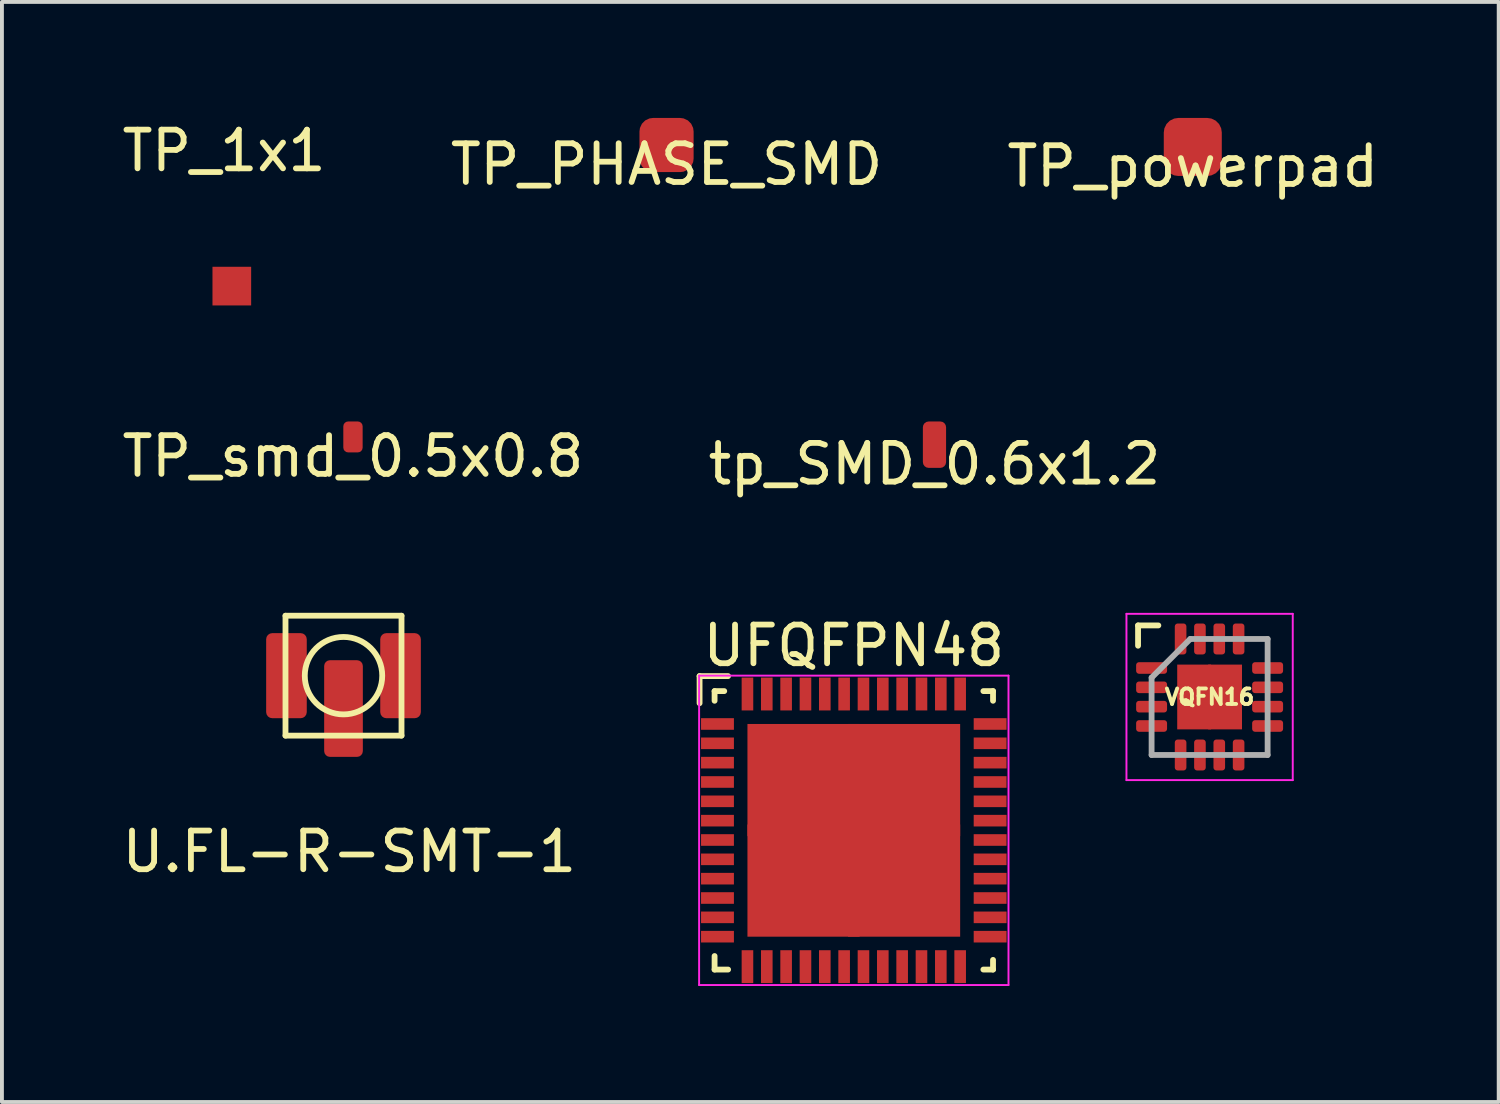
<source format=kicad_pcb>
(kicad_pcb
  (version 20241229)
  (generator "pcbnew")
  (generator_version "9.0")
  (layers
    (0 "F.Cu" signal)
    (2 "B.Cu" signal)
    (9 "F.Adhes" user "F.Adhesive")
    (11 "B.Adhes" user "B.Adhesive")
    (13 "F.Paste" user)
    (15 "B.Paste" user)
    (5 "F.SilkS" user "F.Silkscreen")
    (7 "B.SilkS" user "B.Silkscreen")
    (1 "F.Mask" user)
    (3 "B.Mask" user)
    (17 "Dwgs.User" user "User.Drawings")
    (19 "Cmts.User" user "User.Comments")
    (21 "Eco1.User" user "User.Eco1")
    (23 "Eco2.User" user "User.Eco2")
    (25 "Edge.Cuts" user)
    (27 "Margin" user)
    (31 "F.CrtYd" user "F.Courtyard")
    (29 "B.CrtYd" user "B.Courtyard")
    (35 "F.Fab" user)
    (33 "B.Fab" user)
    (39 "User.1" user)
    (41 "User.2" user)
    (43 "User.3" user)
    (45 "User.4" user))
  (footprint "VQFN16"
    (layer "F.Cu")
    (at 28.227 14.972)
    (property "Reference" "VQFN16" (at 0 0 0) (layer "F.SilkS") (effects (font (size 0.4 0.4) (thickness 0.1))))
    (attr smd)
    (fp_line (start -1.85 -1.85) (end -1.85 -1.325) (stroke (width 0.15) (type solid)) (layer "F.SilkS"))
    (fp_line (start -1.85 -1.85) (end -1.325 -1.85) (stroke (width 0.15) (type solid)) (layer "F.SilkS"))
    (fp_line (start -2.15 -2.15) (end -2.15 2.15) (stroke (width 0.05) (type solid)) (layer "F.CrtYd"))
    (fp_line (start -2.15 -2.15) (end 2.15 -2.15) (stroke (width 0.05) (type solid)) (layer "F.CrtYd"))
    (fp_line (start -2.15 2.15) (end 2.15 2.15) (stroke (width 0.05) (type solid)) (layer "F.CrtYd"))
    (fp_line (start 2.15 -2.15) (end 2.15 2.15) (stroke (width 0.05) (type solid)) (layer "F.CrtYd"))
    (fp_line (start -1.5 -0.5) (end -0.5 -1.5) (stroke (width 0.15) (type solid)) (layer "F.Fab"))
    (fp_line (start -1.5 1.5) (end -1.5 -0.5) (stroke (width 0.15) (type solid)) (layer "F.Fab"))
    (fp_line (start -0.5 -1.5) (end 1.5 -1.5) (stroke (width 0.15) (type solid)) (layer "F.Fab"))
    (fp_line (start 1.5 -1.5) (end 1.5 1.5) (stroke (width 0.15) (type solid)) (layer "F.Fab"))
    (fp_line (start 1.5 1.5) (end -1.5 1.5) (stroke (width 0.15) (type solid)) (layer "F.Fab"))
    (pad "1" smd roundrect (at -1.5 -0.75) (size 0.8 0.3) (layers "F.Cu" "F.Mask" "F.Paste") (roundrect_rratio 0.25))
    (pad "2" smd roundrect (at -1.5 -0.25) (size 0.8 0.3) (layers "F.Cu" "F.Mask" "F.Paste") (roundrect_rratio 0.25))
    (pad "3" smd roundrect (at -1.5 0.25) (size 0.8 0.3) (layers "F.Cu" "F.Mask" "F.Paste") (roundrect_rratio 0.25))
    (pad "4" smd roundrect (at -1.5 0.75) (size 0.8 0.3) (layers "F.Cu" "F.Mask" "F.Paste") (roundrect_rratio 0.25))
    (pad "5" smd roundrect (at -0.75 1.5 90) (size 0.8 0.3) (layers "F.Cu" "F.Mask" "F.Paste") (roundrect_rratio 0.25))
    (pad "6" smd roundrect (at -0.25 1.5 90) (size 0.8 0.3) (layers "F.Cu" "F.Mask" "F.Paste") (roundrect_rratio 0.25))
    (pad "7" smd roundrect (at 0.25 1.5 90) (size 0.8 0.3) (layers "F.Cu" "F.Mask" "F.Paste") (roundrect_rratio 0.25))
    (pad "8" smd roundrect (at 0.75 1.5 90) (size 0.8 0.3) (layers "F.Cu" "F.Mask" "F.Paste") (roundrect_rratio 0.25))
    (pad "9" smd roundrect (at 1.5 0.75) (size 0.8 0.3) (layers "F.Cu" "F.Mask" "F.Paste") (roundrect_rratio 0.25))
    (pad "10" smd roundrect (at 1.5 0.25) (size 0.8 0.3) (layers "F.Cu" "F.Mask" "F.Paste") (roundrect_rratio 0.25))
    (pad "11" smd roundrect (at 1.5 -0.25) (size 0.8 0.3) (layers "F.Cu" "F.Mask" "F.Paste") (roundrect_rratio 0.25))
    (pad "12" smd roundrect (at 1.5 -0.75) (size 0.8 0.3) (layers "F.Cu" "F.Mask" "F.Paste") (roundrect_rratio 0.25))
    (pad "13" smd roundrect (at 0.75 -1.5 90) (size 0.8 0.3) (layers "F.Cu" "F.Mask" "F.Paste") (roundrect_rratio 0.25))
    (pad "14" smd roundrect (at 0.25 -1.5 90) (size 0.8 0.3) (layers "F.Cu" "F.Mask" "F.Paste") (roundrect_rratio 0.25))
    (pad "15" smd roundrect (at -0.25 -1.5 90) (size 0.8 0.3) (layers "F.Cu" "F.Mask" "F.Paste") (roundrect_rratio 0.25))
    (pad "16" smd roundrect (at -0.75 -1.5 90) (size 0.8 0.3) (layers "F.Cu" "F.Mask" "F.Paste") (roundrect_rratio 0.25))
    (pad "17" smd rect (at -0.4 -0.4) (size 0.875 0.875) (layers "F.Cu" "F.Mask" "F.Paste"))
    (pad "17" smd rect (at -0.4 0.4) (size 0.875 0.875) (layers "F.Cu" "F.Mask" "F.Paste"))
    (pad "17" smd rect (at 0.4 -0.4) (size 0.875 0.875) (layers "F.Cu" "F.Mask" "F.Paste"))
    (pad "17" smd rect (at 0.4 0.4) (size 0.875 0.875) (layers "F.Cu" "F.Mask" "F.Paste")))
  (footprint "TP_1x1"
    (layer "F.Cu")
    (at 2.844 4.048)
    (property "Reference" "TP_1x1" (at -0.1 -3.2 0) (layer "F.SilkS") (effects (font (size 1 1) (thickness 0.15))))
    (attr through_hole)
    (pad "1" smd rect (at 0.1 0.3) (size 1 1) (layers "F.Cu" "F.Mask")))
  (footprint "tp_SMD_0.6x1.2"
    (layer "F.Cu")
    (at 21.113 8.448)
    (property "Reference" "tp_SMD_0.6x1.2" (at 0 0.5 0) (layer "F.SilkS") (effects (font (size 1 1) (thickness 0.15))))
    (attr through_hole)
    (pad "1" smd roundrect (at 0 0) (size 0.6 1.2) (layers "F.Cu" "F.Mask") (roundrect_rratio 0.25)))
  (footprint "U.FL-R-SMT-1"
    (layer "F.Cu")
    (at 5.832 14.421)
    (property "Reference" "U.FL-R-SMT-1" (at 0.15 4.55 0) (layer "F.SilkS") (effects (font (size 1 1) (thickness 0.15))))
    (attr through_hole)
    (fp_line (start -1.5 1.55) (end -1.5 -1.55) (stroke (width 0.15) (type solid)) (layer "F.SilkS"))
    (fp_line (start 1.5 -1.55) (end -1.5 -1.55) (stroke (width 0.15) (type solid)) (layer "F.SilkS"))
    (fp_line (start 1.5 -1.55) (end 1.5 1.55) (stroke (width 0.15) (type solid)) (layer "F.SilkS"))
    (fp_line (start 1.5 1.55) (end -1.5 1.55) (stroke (width 0.15) (type solid)) (layer "F.SilkS"))
    (fp_circle (center 0 0) (end 1 -0.05) (stroke (width 0.15) (type solid)) (fill no) (layer "F.SilkS"))
    (pad "GND" smd roundrect (at -1.475 0) (size 1.05 2.2) (layers "F.Cu" "F.Mask" "F.Paste") (roundrect_rratio 0.15))
    (pad "GND" smd roundrect (at 1.475 0) (size 1.05 2.2) (layers "F.Cu" "F.Mask" "F.Paste") (roundrect_rratio 0.15))
    (pad "SIG" smd roundrect (at 0 0.85) (size 1 2.5) (layers "F.Cu" "F.Mask" "F.Paste") (roundrect_rratio 0.15)))
  (footprint "TP_smd_0.5x0.8"
    (layer "F.Cu")
    (at 6.077 8.248)
    (property "Reference" "TP_smd_0.5x0.8" (at 0 0.5 0) (layer "F.SilkS") (effects (font (size 1 1) (thickness 0.15))))
    (attr through_hole)
    (pad "1" smd roundrect (at 0 0) (size 0.5 0.8) (layers "F.Cu" "F.Mask") (roundrect_rratio 0.25)))
  (footprint "TP_PHASE_SMD"
    (layer "F.Cu")
    (at 14.185 0.7)
    (property "Reference" "TP_PHASE_SMD" (at 0 0.5 0) (layer "F.SilkS") (effects (font (size 1 1) (thickness 0.15))))
    (attr through_hole)
    (pad "1" smd roundrect (at 0 0) (size 1.4 1.4) (layers "F.Cu" "F.Mask") (roundrect_rratio 0.25)))
  (footprint "TP_powerpad"
    (layer "F.Cu")
    (at 27.792 0.75)
    (property "Reference" "TP_powerpad" (at 0 0.5 0) (layer "F.SilkS") (effects (font (size 1 1) (thickness 0.15))))
    (attr through_hole)
    (pad "1" smd roundrect (at 0 0) (size 1.5 1.5) (layers "F.Cu" "F.Mask") (roundrect_rratio 0.25)))
  (footprint "UFQFPN48"
    (layer "F.Cu")
    (at 19.027 18.42)
    (property "Reference" "UFQFPN48" (at 0 -4.775 0) (layer "F.SilkS") (effects (font (size 1 1) (thickness 0.15))))
    (attr smd)
    (fp_line (start -3.988 -3.988) (end -3.251 -3.988) (stroke (width 0.15) (type solid)) (layer "F.SilkS"))
    (fp_line (start -3.988 -3.287) (end -3.988 -3.988) (stroke (width 0.15) (type solid)) (layer "F.SilkS"))
    (fp_line (start -3.6 -3.6) (end -3.6 -3.35) (stroke (width 0.15) (type solid)) (layer "F.SilkS"))
    (fp_line (start -3.6 3.6) (end -3.6 3.25) (stroke (width 0.15) (type solid)) (layer "F.SilkS"))
    (fp_line (start -3.35 -3.6) (end -3.6 -3.6) (stroke (width 0.15) (type solid)) (layer "F.SilkS"))
    (fp_line (start -3.25 3.6) (end -3.6 3.6) (stroke (width 0.15) (type solid)) (layer "F.SilkS"))
    (fp_line (start 3.35 -3.6) (end 3.6 -3.6) (stroke (width 0.15) (type solid)) (layer "F.SilkS"))
    (fp_line (start 3.35 3.6) (end 3.6 3.6) (stroke (width 0.15) (type solid)) (layer "F.SilkS"))
    (fp_line (start 3.6 -3.6) (end 3.6 -3.35) (stroke (width 0.15) (type solid)) (layer "F.SilkS"))
    (fp_line (start 3.6 3.6) (end 3.6 3.35) (stroke (width 0.15) (type solid)) (layer "F.SilkS"))
    (fp_line (start -4 -4) (end 4 -4) (stroke (width 0.05) (type solid)) (layer "F.CrtYd"))
    (fp_line (start -4 4) (end -4 -4) (stroke (width 0.05) (type solid)) (layer "F.CrtYd"))
    (fp_line (start 4 -4) (end 4 4) (stroke (width 0.05) (type solid)) (layer "F.CrtYd"))
    (fp_line (start 4 4) (end -4 4) (stroke (width 0.05) (type solid)) (layer "F.CrtYd"))
    (pad "1" smd rect (at -3.525 -2.75 90) (size 0.3 0.85) (layers "F.Cu" "F.Mask" "F.Paste"))
    (pad "2" smd rect (at -3.525 -2.25 90) (size 0.3 0.85) (layers "F.Cu" "F.Mask" "F.Paste"))
    (pad "3" smd rect (at -3.525 -1.75 90) (size 0.3 0.85) (layers "F.Cu" "F.Mask" "F.Paste"))
    (pad "4" smd rect (at -3.525 -1.25 90) (size 0.3 0.85) (layers "F.Cu" "F.Mask" "F.Paste"))
    (pad "5" smd rect (at -3.525 -0.75 90) (size 0.3 0.85) (layers "F.Cu" "F.Mask" "F.Paste"))
    (pad "6" smd rect (at -3.525 -0.25 90) (size 0.3 0.85) (layers "F.Cu" "F.Mask" "F.Paste"))
    (pad "7" smd rect (at -3.525 0.25 90) (size 0.3 0.85) (layers "F.Cu" "F.Mask" "F.Paste"))
    (pad "8" smd rect (at -3.525 0.75 90) (size 0.3 0.85) (layers "F.Cu" "F.Mask" "F.Paste"))
    (pad "9" smd rect (at -3.525 1.25 90) (size 0.3 0.85) (layers "F.Cu" "F.Mask" "F.Paste"))
    (pad "10" smd rect (at -3.525 1.75 90) (size 0.3 0.85) (layers "F.Cu" "F.Mask" "F.Paste"))
    (pad "11" smd rect (at -3.525 2.25 90) (size 0.3 0.85) (layers "F.Cu" "F.Mask" "F.Paste"))
    (pad "12" smd rect (at -3.525 2.75 90) (size 0.3 0.85) (layers "F.Cu" "F.Mask" "F.Paste"))
    (pad "13" smd rect (at -2.75 3.525) (size 0.3 0.85) (layers "F.Cu" "F.Mask" "F.Paste"))
    (pad "14" smd rect (at -2.25 3.525) (size 0.3 0.85) (layers "F.Cu" "F.Mask" "F.Paste"))
    (pad "15" smd rect (at -1.75 3.525) (size 0.3 0.85) (layers "F.Cu" "F.Mask" "F.Paste"))
    (pad "16" smd rect (at -1.25 3.525) (size 0.3 0.85) (layers "F.Cu" "F.Mask" "F.Paste"))
    (pad "17" smd rect (at -0.75 3.525) (size 0.3 0.85) (layers "F.Cu" "F.Mask" "F.Paste"))
    (pad "18" smd rect (at -0.25 3.525) (size 0.3 0.85) (layers "F.Cu" "F.Mask" "F.Paste"))
    (pad "19" smd rect (at 0.25 3.525) (size 0.3 0.85) (layers "F.Cu" "F.Mask" "F.Paste"))
    (pad "20" smd rect (at 0.75 3.525) (size 0.3 0.85) (layers "F.Cu" "F.Mask" "F.Paste"))
    (pad "21" smd rect (at 1.25 3.525) (size 0.3 0.85) (layers "F.Cu" "F.Mask" "F.Paste"))
    (pad "22" smd rect (at 1.75 3.525) (size 0.3 0.85) (layers "F.Cu" "F.Mask" "F.Paste"))
    (pad "23" smd rect (at 2.25 3.525) (size 0.3 0.85) (layers "F.Cu" "F.Mask" "F.Paste"))
    (pad "24" smd rect (at 2.75 3.525) (size 0.3 0.85) (layers "F.Cu" "F.Mask" "F.Paste"))
    (pad "25" smd rect (at 3.525 2.75 90) (size 0.3 0.85) (layers "F.Cu" "F.Mask" "F.Paste"))
    (pad "26" smd rect (at 3.525 2.25 90) (size 0.3 0.85) (layers "F.Cu" "F.Mask" "F.Paste"))
    (pad "27" smd rect (at 3.525 1.75 90) (size 0.3 0.85) (layers "F.Cu" "F.Mask" "F.Paste"))
    (pad "28" smd rect (at 3.525 1.25 90) (size 0.3 0.85) (layers "F.Cu" "F.Mask" "F.Paste"))
    (pad "29" smd rect (at 3.525 0.75 90) (size 0.3 0.85) (layers "F.Cu" "F.Mask" "F.Paste"))
    (pad "30" smd rect (at 3.525 0.25 90) (size 0.3 0.85) (layers "F.Cu" "F.Mask" "F.Paste"))
    (pad "31" smd rect (at 3.525 -0.25 90) (size 0.3 0.85) (layers "F.Cu" "F.Mask" "F.Paste"))
    (pad "32" smd rect (at 3.525 -0.75 90) (size 0.3 0.85) (layers "F.Cu" "F.Mask" "F.Paste"))
    (pad "33" smd rect (at 3.525 -1.25 90) (size 0.3 0.85) (layers "F.Cu" "F.Mask" "F.Paste"))
    (pad "34" smd rect (at 3.525 -1.75 90) (size 0.3 0.85) (layers "F.Cu" "F.Mask" "F.Paste"))
    (pad "35" smd rect (at 3.525 -2.25 90) (size 0.3 0.85) (layers "F.Cu" "F.Mask" "F.Paste"))
    (pad "36" smd rect (at 3.525 -2.75 90) (size 0.3 0.85) (layers "F.Cu" "F.Mask" "F.Paste"))
    (pad "37" smd rect (at 2.75 -3.525) (size 0.3 0.85) (layers "F.Cu" "F.Mask" "F.Paste"))
    (pad "38" smd rect (at 2.25 -3.525) (size 0.3 0.85) (layers "F.Cu" "F.Mask" "F.Paste"))
    (pad "39" smd rect (at 1.75 -3.525) (size 0.3 0.85) (layers "F.Cu" "F.Mask" "F.Paste"))
    (pad "40" smd rect (at 1.25 -3.525) (size 0.3 0.85) (layers "F.Cu" "F.Mask" "F.Paste"))
    (pad "41" smd rect (at 0.75 -3.525) (size 0.3 0.85) (layers "F.Cu" "F.Mask" "F.Paste"))
    (pad "42" smd rect (at 0.25 -3.525) (size 0.3 0.85) (layers "F.Cu" "F.Mask" "F.Paste"))
    (pad "43" smd rect (at -0.25 -3.525) (size 0.3 0.85) (layers "F.Cu" "F.Mask" "F.Paste"))
    (pad "44" smd rect (at -0.75 -3.525) (size 0.3 0.85) (layers "F.Cu" "F.Mask" "F.Paste"))
    (pad "45" smd rect (at -1.25 -3.525) (size 0.3 0.85) (layers "F.Cu" "F.Mask" "F.Paste"))
    (pad "46" smd rect (at -1.75 -3.525) (size 0.3 0.85) (layers "F.Cu" "F.Mask" "F.Paste"))
    (pad "47" smd rect (at -2.25 -3.525) (size 0.3 0.85) (layers "F.Cu" "F.Mask" "F.Paste"))
    (pad "48" smd rect (at -2.75 -3.525) (size 0.3 0.85) (layers "F.Cu" "F.Mask" "F.Paste"))
    (pad "49" smd rect (at -1.3 -1.3) (size 2.9 2.9) (layers "F.Cu" "F.Mask" "F.Paste"))
    (pad "49" smd rect (at -1.3 1.3) (size 2.9 2.9) (layers "F.Cu" "F.Mask" "F.Paste"))
    (pad "49" smd rect (at 1.3 -1.3) (size 2.9 2.9) (layers "F.Cu" "F.Mask" "F.Paste"))
    (pad "49" smd rect (at 1.3 1.3) (size 2.9 2.9) (layers "F.Cu" "F.Mask" "F.Paste")))
  (gr_rect
    (start -3 -3)
    (end 35.702 25.445)
    (stroke (width 0.1) (type default))
    (fill no)
    (layer "Edge.Cuts")))
</source>
